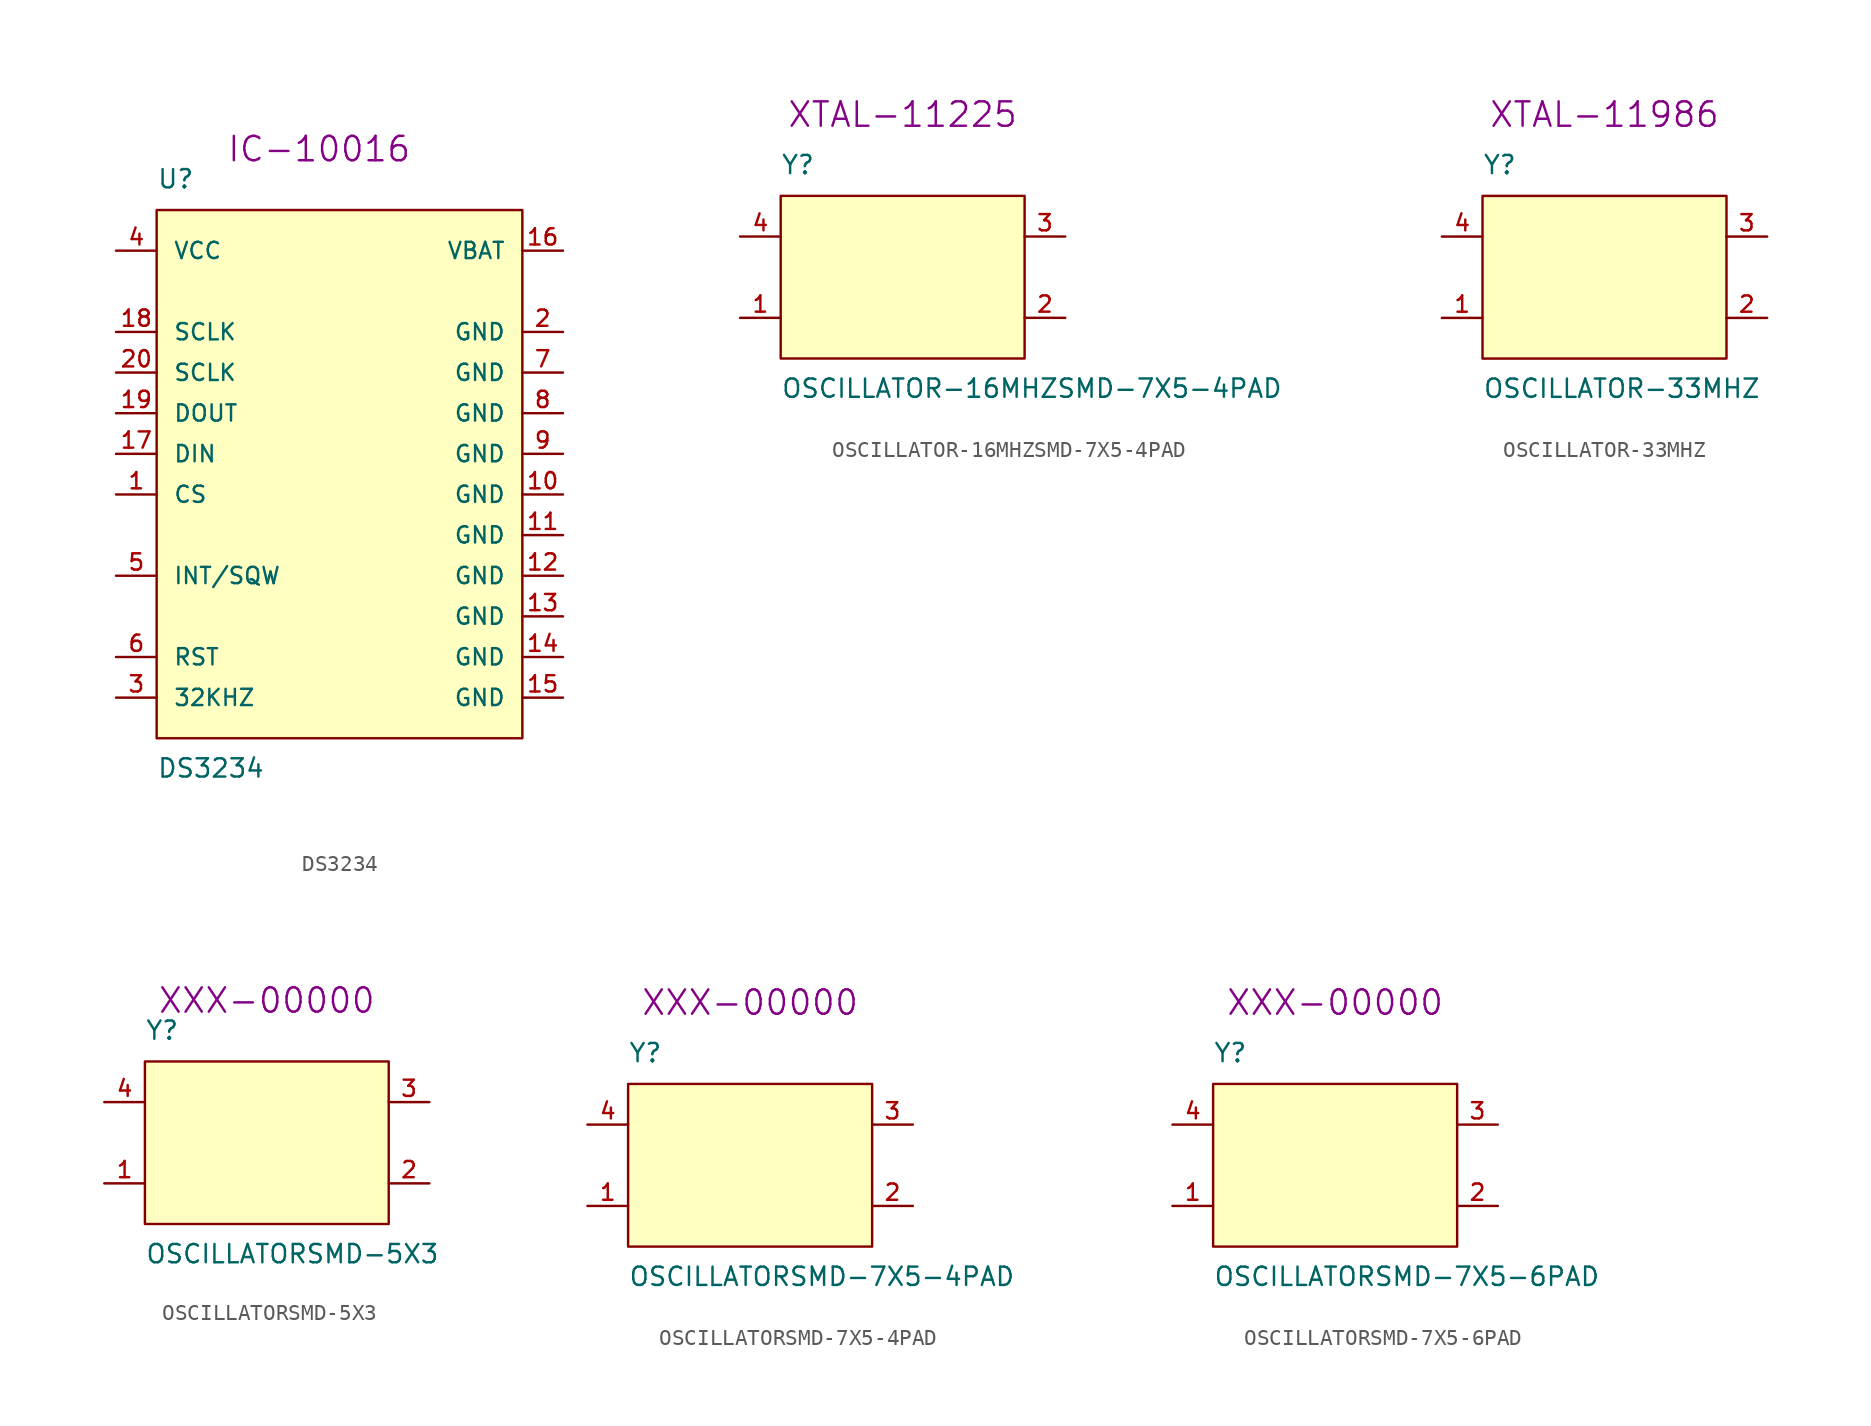
<source format=kicad_sym>
(kicad_symbol_lib
  (version 20220914)
  (generator kicad_symbol_editor)
  (symbol "DS3234"
    (pin_names
      (offset 1.016))
    (property "Reference" "U"
      (at -10.16 16.51 0)
      (effects (font (size 1.143 1.143)) (justify left bottom)))
    (property "Value" "DS3234"
      (at -10.16 -20.32 0)
      (effects (font (size 1.143 1.143)) (justify left bottom)))
    (property "Field4" "IC-10016"
      (at 0 19.05 0)
      (effects (font (size 1.524 1.524))))
    (property "ki_locked" ""
      (at 0 0 0)
      (effects (font (size 1.27 1.27))))
    (symbol "DS3234_1_1"
      (polyline (pts (xy -10.16 15.24) (xy -10.16 -17.78) (xy 12.7 -17.78) (xy 12.7 15.24) (xy -10.16 15.24)) (stroke (width 0) (type solid)) (fill (type background)))
      (pin bidirectional line (at -12.7 -2.54 0) (length 2.54) (name "CS" (effects (font (size 1.016 1.016)))) (number "1" (effects (font (size 1.016 1.016)))))
      (pin bidirectional line (at 15.24 -2.54 180) (length 2.54) (name "GND" (effects (font (size 1.016 1.016)))) (number "10" (effects (font (size 1.016 1.016)))))
      (pin bidirectional line (at 15.24 -5.08 180) (length 2.54) (name "GND" (effects (font (size 1.016 1.016)))) (number "11" (effects (font (size 1.016 1.016)))))
      (pin bidirectional line (at 15.24 -7.62 180) (length 2.54) (name "GND" (effects (font (size 1.016 1.016)))) (number "12" (effects (font (size 1.016 1.016)))))
      (pin bidirectional line (at 15.24 -10.16 180) (length 2.54) (name "GND" (effects (font (size 1.016 1.016)))) (number "13" (effects (font (size 1.016 1.016)))))
      (pin bidirectional line (at 15.24 -12.7 180) (length 2.54) (name "GND" (effects (font (size 1.016 1.016)))) (number "14" (effects (font (size 1.016 1.016)))))
      (pin bidirectional line (at 15.24 -15.24 180) (length 2.54) (name "GND" (effects (font (size 1.016 1.016)))) (number "15" (effects (font (size 1.016 1.016)))))
      (pin bidirectional line (at 15.24 12.7 180) (length 2.54) (name "VBAT" (effects (font (size 1.016 1.016)))) (number "16" (effects (font (size 1.016 1.016)))))
      (pin bidirectional line (at -12.7 0 0) (length 2.54) (name "DIN" (effects (font (size 1.016 1.016)))) (number "17" (effects (font (size 1.016 1.016)))))
      (pin bidirectional line (at -12.7 7.62 0) (length 2.54) (name "SCLK" (effects (font (size 1.016 1.016)))) (number "18" (effects (font (size 1.016 1.016)))))
      (pin bidirectional line (at -12.7 2.54 0) (length 2.54) (name "DOUT" (effects (font (size 1.016 1.016)))) (number "19" (effects (font (size 1.016 1.016)))))
      (pin bidirectional line (at 15.24 7.62 180) (length 2.54) (name "GND" (effects (font (size 1.016 1.016)))) (number "2" (effects (font (size 1.016 1.016)))))
      (pin bidirectional line (at -12.7 5.08 0) (length 2.54) (name "SCLK" (effects (font (size 1.016 1.016)))) (number "20" (effects (font (size 1.016 1.016)))))
      (pin bidirectional line (at -12.7 -15.24 0) (length 2.54) (name "32KHZ" (effects (font (size 1.016 1.016)))) (number "3" (effects (font (size 1.016 1.016)))))
      (pin bidirectional line (at -12.7 12.7 0) (length 2.54) (name "VCC" (effects (font (size 1.016 1.016)))) (number "4" (effects (font (size 1.016 1.016)))))
      (pin bidirectional line (at -12.7 -7.62 0) (length 2.54) (name "INT/SQW" (effects (font (size 1.016 1.016)))) (number "5" (effects (font (size 1.016 1.016)))))
      (pin bidirectional line (at -12.7 -12.7 0) (length 2.54) (name "RST" (effects (font (size 1.016 1.016)))) (number "6" (effects (font (size 1.016 1.016)))))
      (pin bidirectional line (at 15.24 5.08 180) (length 2.54) (name "GND" (effects (font (size 1.016 1.016)))) (number "7" (effects (font (size 1.016 1.016)))))
      (pin bidirectional line (at 15.24 2.54 180) (length 2.54) (name "GND" (effects (font (size 1.016 1.016)))) (number "8" (effects (font (size 1.016 1.016)))))
      (pin bidirectional line (at 15.24 0 180) (length 2.54) (name "GND" (effects (font (size 1.016 1.016)))) (number "9" (effects (font (size 1.016 1.016)))))))
  (symbol "OSCILLATOR-16MHZSMD-7X5-4PAD"
    (pin_names
      (offset 1.016) hide)
    (property "Reference" "Y"
      (at -7.62 6.35 0)
      (effects (font (size 1.143 1.143)) (justify left bottom)))
    (property "Value" "OSCILLATOR-16MHZSMD-7X5-4PAD"
      (at -7.62 -7.62 0)
      (effects (font (size 1.143 1.143)) (justify left bottom)))
    (property "Field4" "XTAL-11225"
      (at 0 10.16 0)
      (effects (font (size 1.524 1.524))))
    (property "ki_locked" ""
      (at 0 0 0)
      (effects (font (size 1.27 1.27))))
    (symbol "OSCILLATOR-16MHZSMD-7X5-4PAD_1_1"
      (polyline (pts (xy -7.62 -5.08) (xy -7.62 5.08) (xy 7.62 5.08) (xy 7.62 -5.08) (xy -7.62 -5.08)) (stroke (width 0) (type solid)) (fill (type background)))
      (pin bidirectional line (at -10.16 -2.54 0) (length 2.54) (name "EN" (effects (font (size 1.016 1.016)))) (number "1" (effects (font (size 1.016 1.016)))))
      (pin bidirectional line (at 10.16 -2.54 180) (length 2.54) (name "GND" (effects (font (size 1.016 1.016)))) (number "2" (effects (font (size 1.016 1.016)))))
      (pin bidirectional line (at 10.16 2.54 180) (length 2.54) (name "OUT" (effects (font (size 1.016 1.016)))) (number "3" (effects (font (size 1.016 1.016)))))
      (pin bidirectional line (at -10.16 2.54 0) (length 2.54) (name "VCC" (effects (font (size 1.016 1.016)))) (number "4" (effects (font (size 1.016 1.016)))))))
  (symbol "OSCILLATOR-33MHZ"
    (pin_names
      (offset 1.016) hide)
    (property "Reference" "Y"
      (at -7.62 6.35 0)
      (effects (font (size 1.143 1.143)) (justify left bottom)))
    (property "Value" "OSCILLATOR-33MHZ"
      (at -7.62 -7.62 0)
      (effects (font (size 1.143 1.143)) (justify left bottom)))
    (property "Field4" "XTAL-11986"
      (at 0 10.16 0)
      (effects (font (size 1.524 1.524))))
    (property "ki_locked" ""
      (at 0 0 0)
      (effects (font (size 1.27 1.27))))
    (symbol "OSCILLATOR-33MHZ_1_1"
      (polyline (pts (xy -7.62 -5.08) (xy -7.62 5.08) (xy 7.62 5.08) (xy 7.62 -5.08) (xy -7.62 -5.08)) (stroke (width 0) (type solid)) (fill (type background)))
      (pin bidirectional line (at -10.16 -2.54 0) (length 2.54) (name "EN" (effects (font (size 1.016 1.016)))) (number "1" (effects (font (size 1.016 1.016)))))
      (pin bidirectional line (at 10.16 -2.54 180) (length 2.54) (name "GND" (effects (font (size 1.016 1.016)))) (number "2" (effects (font (size 1.016 1.016)))))
      (pin bidirectional line (at 10.16 2.54 180) (length 2.54) (name "OUT" (effects (font (size 1.016 1.016)))) (number "3" (effects (font (size 1.016 1.016)))))
      (pin bidirectional line (at -10.16 2.54 0) (length 2.54) (name "VCC" (effects (font (size 1.016 1.016)))) (number "4" (effects (font (size 1.016 1.016)))))))
  (symbol "OSCILLATORSMD-5X3"
    (pin_names
      (offset 1.016) hide)
    (property "Reference" "Y"
      (at -7.62 6.35 0)
      (effects (font (size 1.143 1.143)) (justify left bottom)))
    (property "Value" "OSCILLATORSMD-5X3"
      (at -7.62 -7.62 0)
      (effects (font (size 1.143 1.143)) (justify left bottom)))
    (property "Field4" "XXX-00000"
      (at 0 8.89 0)
      (effects (font (size 1.524 1.524))))
    (property "ki_locked" ""
      (at 0 0 0)
      (effects (font (size 1.27 1.27))))
    (symbol "OSCILLATORSMD-5X3_1_1"
      (polyline (pts (xy -7.62 -5.08) (xy -7.62 5.08) (xy 7.62 5.08) (xy 7.62 -5.08) (xy -7.62 -5.08)) (stroke (width 0) (type solid)) (fill (type background)))
      (pin bidirectional line (at -10.16 -2.54 0) (length 2.54) (name "EN" (effects (font (size 1.016 1.016)))) (number "1" (effects (font (size 1.016 1.016)))))
      (pin bidirectional line (at 10.16 -2.54 180) (length 2.54) (name "GND" (effects (font (size 1.016 1.016)))) (number "2" (effects (font (size 1.016 1.016)))))
      (pin bidirectional line (at 10.16 2.54 180) (length 2.54) (name "OUT" (effects (font (size 1.016 1.016)))) (number "3" (effects (font (size 1.016 1.016)))))
      (pin bidirectional line (at -10.16 2.54 0) (length 2.54) (name "VCC" (effects (font (size 1.016 1.016)))) (number "4" (effects (font (size 1.016 1.016)))))))
  (symbol "OSCILLATORSMD-7X5-4PAD"
    (pin_names
      (offset 1.016) hide)
    (property "Reference" "Y"
      (at -7.62 6.35 0)
      (effects (font (size 1.143 1.143)) (justify left bottom)))
    (property "Value" "OSCILLATORSMD-7X5-4PAD"
      (at -7.62 -7.62 0)
      (effects (font (size 1.143 1.143)) (justify left bottom)))
    (property "Field4" "XXX-00000"
      (at 0 10.16 0)
      (effects (font (size 1.524 1.524))))
    (property "ki_locked" ""
      (at 0 0 0)
      (effects (font (size 1.27 1.27))))
    (symbol "OSCILLATORSMD-7X5-4PAD_1_1"
      (polyline (pts (xy -7.62 -5.08) (xy -7.62 5.08) (xy 7.62 5.08) (xy 7.62 -5.08) (xy -7.62 -5.08)) (stroke (width 0) (type solid)) (fill (type background)))
      (pin bidirectional line (at -10.16 -2.54 0) (length 2.54) (name "EN" (effects (font (size 1.016 1.016)))) (number "1" (effects (font (size 1.016 1.016)))))
      (pin bidirectional line (at 10.16 -2.54 180) (length 2.54) (name "GND" (effects (font (size 1.016 1.016)))) (number "2" (effects (font (size 1.016 1.016)))))
      (pin bidirectional line (at 10.16 2.54 180) (length 2.54) (name "OUT" (effects (font (size 1.016 1.016)))) (number "3" (effects (font (size 1.016 1.016)))))
      (pin bidirectional line (at -10.16 2.54 0) (length 2.54) (name "VCC" (effects (font (size 1.016 1.016)))) (number "4" (effects (font (size 1.016 1.016)))))))
  (symbol "OSCILLATORSMD-7X5-6PAD"
    (pin_names
      (offset 1.016) hide)
    (property "Reference" "Y"
      (at -7.62 6.35 0)
      (effects (font (size 1.143 1.143)) (justify left bottom)))
    (property "Value" "OSCILLATORSMD-7X5-6PAD"
      (at -7.62 -7.62 0)
      (effects (font (size 1.143 1.143)) (justify left bottom)))
    (property "Field4" "XXX-00000"
      (at 0 10.16 0)
      (effects (font (size 1.524 1.524))))
    (property "ki_locked" ""
      (at 0 0 0)
      (effects (font (size 1.27 1.27))))
    (symbol "OSCILLATORSMD-7X5-6PAD_1_1"
      (polyline (pts (xy -7.62 -5.08) (xy -7.62 5.08) (xy 7.62 5.08) (xy 7.62 -5.08) (xy -7.62 -5.08)) (stroke (width 0) (type solid)) (fill (type background)))
      (pin bidirectional line (at -10.16 -2.54 0) (length 2.54) (name "EN" (effects (font (size 1.016 1.016)))) (number "1" (effects (font (size 1.016 1.016)))))
      (pin bidirectional line (at 10.16 -2.54 180) (length 2.54) (name "GND" (effects (font (size 1.016 1.016)))) (number "2" (effects (font (size 1.016 1.016)))))
      (pin bidirectional line (at 10.16 2.54 180) (length 2.54) (name "OUT" (effects (font (size 1.016 1.016)))) (number "3" (effects (font (size 1.016 1.016)))))
      (pin bidirectional line (at -10.16 2.54 0) (length 2.54) (name "VCC" (effects (font (size 1.016 1.016)))) (number "4" (effects (font (size 1.016 1.016))))))))
</source>
